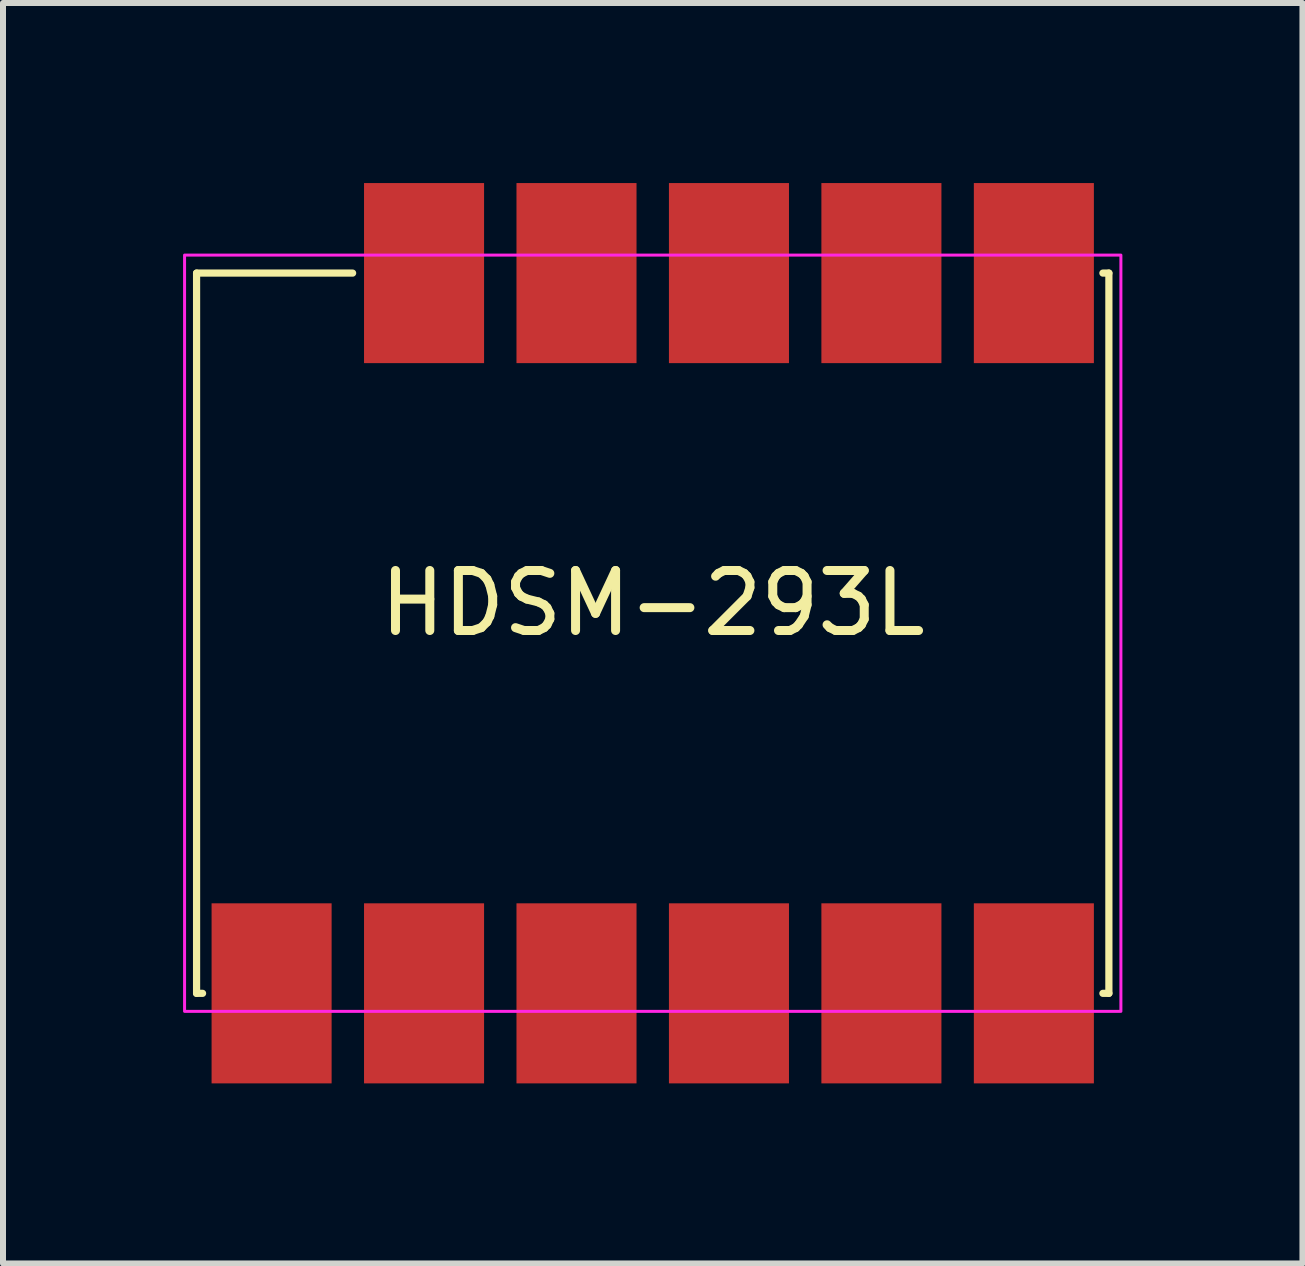
<source format=kicad_pcb>
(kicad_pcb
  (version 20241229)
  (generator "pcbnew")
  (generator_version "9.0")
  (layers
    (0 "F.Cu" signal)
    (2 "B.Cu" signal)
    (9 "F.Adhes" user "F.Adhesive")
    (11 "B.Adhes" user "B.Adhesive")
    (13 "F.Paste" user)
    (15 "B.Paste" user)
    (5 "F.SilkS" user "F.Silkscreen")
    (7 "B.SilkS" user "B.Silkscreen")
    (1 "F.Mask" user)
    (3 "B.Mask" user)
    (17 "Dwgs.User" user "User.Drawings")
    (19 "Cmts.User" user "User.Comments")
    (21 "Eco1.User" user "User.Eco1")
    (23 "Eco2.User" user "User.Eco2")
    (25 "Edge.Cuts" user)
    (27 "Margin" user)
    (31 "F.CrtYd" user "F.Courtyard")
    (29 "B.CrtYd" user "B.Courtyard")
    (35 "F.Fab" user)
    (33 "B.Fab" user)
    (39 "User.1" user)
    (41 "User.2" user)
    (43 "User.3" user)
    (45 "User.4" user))
  (footprint "HDSM-293L"
    (layer "F.Cu")
    (at 7.825 7.5)
    (property "Reference" "HDSM-293L" (at 0 -0.5 0) (unlocked yes) (layer "F.SilkS") (effects (font (size 1 1) (thickness 0.15))))
    (attr smd)
    (fp_line (start -7.6 -6) (end -7.6 6) (stroke (width 0.12) (type solid)) (layer "F.SilkS"))
    (fp_line (start -7.6 6) (end -7.5 6) (stroke (width 0.12) (type solid)) (layer "F.SilkS"))
    (fp_line (start -5 -6) (end -7.6 -6) (stroke (width 0.12) (type solid)) (layer "F.SilkS"))
    (fp_line (start 7.6 -6) (end 7.5 -6) (stroke (width 0.12) (type solid)) (layer "F.SilkS"))
    (fp_line (start 7.6 -6) (end 7.6 6) (stroke (width 0.12) (type solid)) (layer "F.SilkS"))
    (fp_line (start 7.6 6) (end 7.5 6) (stroke (width 0.12) (type solid)) (layer "F.SilkS"))
    (fp_rect (start -7.8 6.3) (end 7.8 -6.3) (stroke (width 0.05) (type solid)) (fill no) (layer "F.CrtYd"))
    (pad "1" smd rect (at -6.35 6) (size 2 3) (layers "F.Cu" "F.Mask" "F.Paste"))
    (pad "2" smd rect (at -3.81 6) (size 2 3) (layers "F.Cu" "F.Mask" "F.Paste"))
    (pad "3" smd rect (at -1.27 6) (size 2 3) (layers "F.Cu" "F.Mask" "F.Paste"))
    (pad "4" smd rect (at 1.27 6) (size 2 3) (layers "F.Cu" "F.Mask" "F.Paste"))
    (pad "5" smd rect (at 3.81 6) (size 2 3) (layers "F.Cu" "F.Mask" "F.Paste"))
    (pad "6" smd rect (at 6.35 6) (size 2 3) (layers "F.Cu" "F.Mask" "F.Paste"))
    (pad "7" smd rect (at 6.35 -6) (size 2 3) (layers "F.Cu" "F.Mask" "F.Paste"))
    (pad "8" smd rect (at 3.81 -6) (size 2 3) (layers "F.Cu" "F.Mask" "F.Paste"))
    (pad "9" smd rect (at 1.27 -6) (size 2 3) (layers "F.Cu" "F.Mask" "F.Paste"))
    (pad "10" smd rect (at -1.27 -6) (size 2 3) (layers "F.Cu" "F.Mask" "F.Paste"))
    (pad "11" smd rect (at -3.81 -6) (size 2 3) (layers "F.Cu" "F.Mask" "F.Paste")))
  (gr_rect
    (start -3 -3)
    (end 18.65 18)
    (stroke (width 0.1) (type default))
    (fill no)
    (layer "Edge.Cuts")))
</source>
